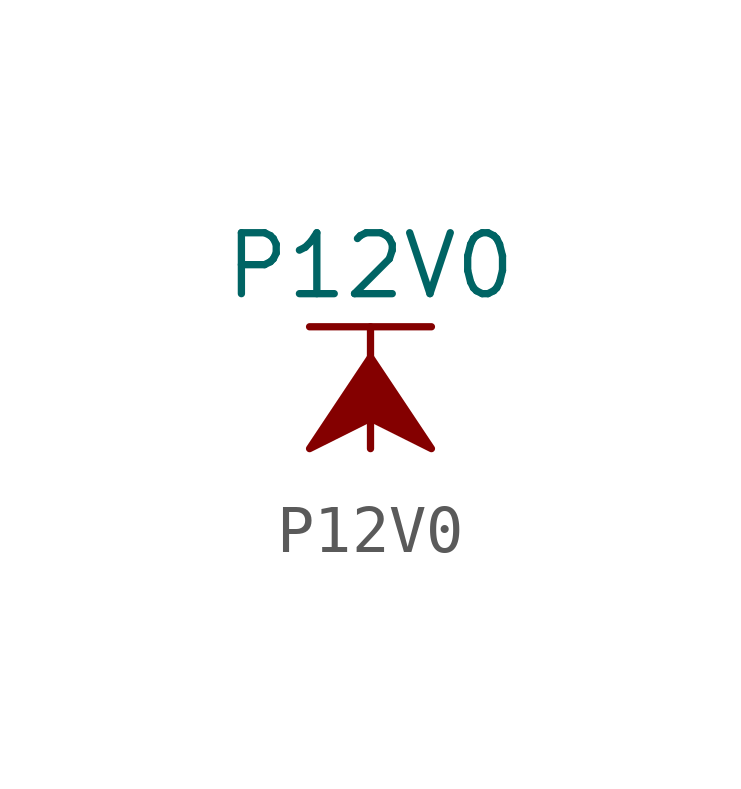
<source format=kicad_sym>
(kicad_symbol_lib
  (version 20211014)
  (generator kicad_symbol_editor)
  (symbol "P12V0"
    (power)
    (pin_names
      (offset 0))
    (property "Reference" "#PWR"
      (at 0 -3.81 0)
      (effects (font (size 1.27 1.27)) hide))
    (property "Value" "P12V0"
      (at 0 3.81 0)
      (effects (font (size 1.27 1.27))))
    (symbol "P12V0_0_1"
      (polyline (pts (xy -1.27 2.54) (xy 1.27 2.54)) (stroke (width 0.152) (type default) (color 0 0 0 0)) (fill (type none)))
      (polyline (pts (xy 0 0) (xy 0 2.54)) (stroke (width 0.152) (type default) (color 0 0 0 0)) (fill (type none)))
      (polyline (pts (xy 0 1.905) (xy -1.27 0) (xy 0 0.635) (xy 1.27 0) (xy 0 1.905)) (stroke (width 0.152) (type default) (color 0 0 0 0)) (fill (type outline))))
    (symbol "P12V0_1_1"
      (pin power_in line (at 0 0 90) (length 0) hide (name "P12V0" (effects (font (size 1.27 1.27)))) (number "1" (effects (font (size 1.27 1.27))))))))
</source>
